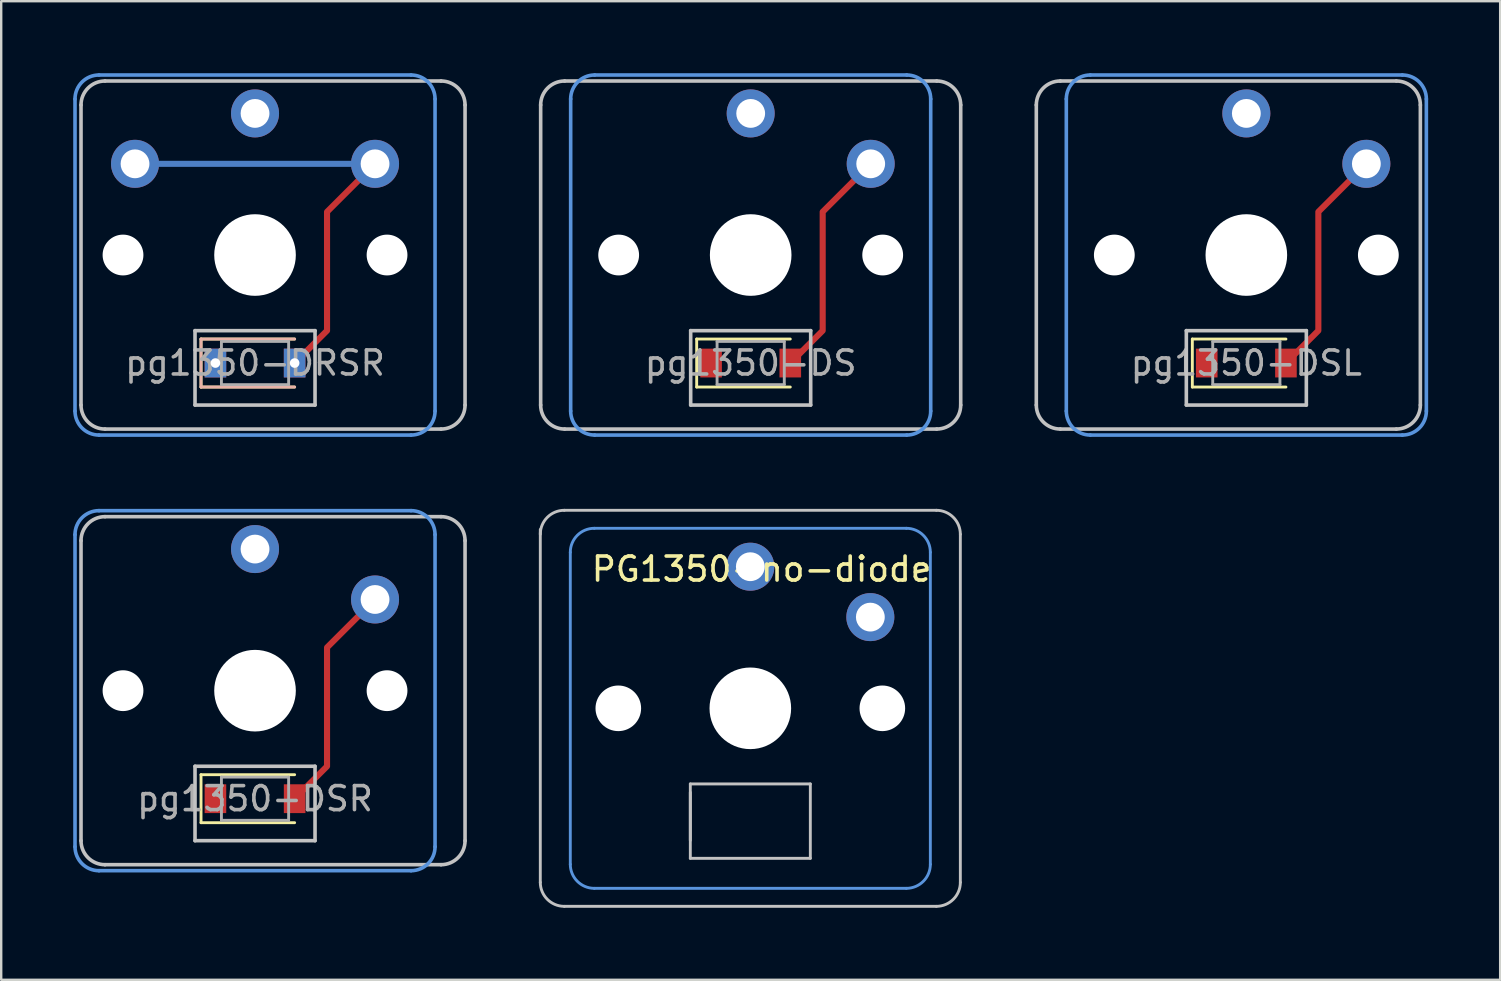
<source format=kicad_pcb>
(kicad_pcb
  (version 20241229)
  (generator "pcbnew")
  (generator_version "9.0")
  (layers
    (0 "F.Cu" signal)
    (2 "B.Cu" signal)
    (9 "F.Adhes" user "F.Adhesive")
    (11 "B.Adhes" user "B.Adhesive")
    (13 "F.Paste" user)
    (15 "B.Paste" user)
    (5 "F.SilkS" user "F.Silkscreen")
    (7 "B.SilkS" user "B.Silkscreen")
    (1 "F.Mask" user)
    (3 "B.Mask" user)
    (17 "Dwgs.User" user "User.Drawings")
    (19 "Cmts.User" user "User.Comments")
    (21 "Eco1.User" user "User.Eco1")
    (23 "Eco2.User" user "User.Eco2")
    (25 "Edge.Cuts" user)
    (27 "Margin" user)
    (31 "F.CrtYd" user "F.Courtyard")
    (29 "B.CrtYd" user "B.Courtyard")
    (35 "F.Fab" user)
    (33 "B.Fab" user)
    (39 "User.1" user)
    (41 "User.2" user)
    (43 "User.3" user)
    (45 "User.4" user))
  (footprint "PG1350-no-diode"
    (layer "F.Cu")
    (at 28.21 26.46)
    (property "Reference" "PG1350-no-diode" (at -6.7 -5.8 0) (layer "F.SilkS") (effects (font (size 1 1) (thickness 0.15)) (justify left)))
    (attr smd)
    (fp_line (start -8.75 7.25) (end -8.75 -7.45) (stroke (width 0.12) (type solid)) (layer "Dwgs.User"))
    (fp_line (start -7.75 -8.25) (end 7.75 -8.25) (stroke (width 0.12) (type solid)) (layer "Dwgs.User"))
    (fp_line (start -2.5 3.15) (end -2.5 6.25) (stroke (width 0.12) (type solid)) (layer "Dwgs.User"))
    (fp_line (start -2.5 5.5) (end -2.5 3.5) (stroke (width 0.12) (type solid)) (layer "Dwgs.User"))
    (fp_line (start -2.5 6.25) (end 2.5 6.25) (stroke (width 0.12) (type solid)) (layer "Dwgs.User"))
    (fp_line (start 2.5 3.15) (end -2.5 3.15) (stroke (width 0.12) (type solid)) (layer "Dwgs.User"))
    (fp_line (start 2.5 6.25) (end 2.5 3.15) (stroke (width 0.12) (type solid)) (layer "Dwgs.User"))
    (fp_line (start 7.75 8.25) (end -7.75 8.25) (stroke (width 0.12) (type solid)) (layer "Dwgs.User"))
    (fp_line (start 8.75 -7.25) (end 8.75 7.25) (stroke (width 0.12) (type solid)) (layer "Dwgs.User"))
    (fp_arc (start -8.75 -7.25) (mid -8.457107 -7.957107) (end -7.75 -8.25) (stroke (width 0.12) (type solid)) (layer "Dwgs.User"))
    (fp_arc (start -7.75 8.25) (mid -8.457107 7.957107) (end -8.75 7.25) (stroke (width 0.12) (type solid)) (layer "Dwgs.User"))
    (fp_arc (start 7.75 -8.25) (mid 8.457107 -7.957107) (end 8.75 -7.25) (stroke (width 0.12) (type solid)) (layer "Dwgs.User"))
    (fp_arc (start 8.75 7.25) (mid 8.457107 7.957107) (end 7.75 8.25) (stroke (width 0.12) (type solid)) (layer "Dwgs.User"))
    (fp_line (start -7.5 -6.5) (end -7.5 6.5) (stroke (width 0.12) (type solid)) (layer "Cmts.User"))
    (fp_line (start -6.5 7.5) (end 6.5 7.5) (stroke (width 0.12) (type solid)) (layer "Cmts.User"))
    (fp_line (start 6.5 -7.5) (end -6.5 -7.5) (stroke (width 0.12) (type solid)) (layer "Cmts.User"))
    (fp_line (start 7.5 6.5) (end 7.5 -6.5) (stroke (width 0.12) (type solid)) (layer "Cmts.User"))
    (fp_arc (start -7.5 -6.5) (mid -7.207107 -7.207107) (end -6.5 -7.5) (stroke (width 0.12) (type solid)) (layer "Cmts.User"))
    (fp_arc (start -6.5 7.5) (mid -7.207107 7.207107) (end -7.5 6.5) (stroke (width 0.12) (type solid)) (layer "Cmts.User"))
    (fp_arc (start 6.5 -7.5) (mid 7.207107 -7.207107) (end 7.5 -6.5) (stroke (width 0.12) (type solid)) (layer "Cmts.User"))
    (fp_arc (start 7.5 6.5) (mid 7.207107 7.207107) (end 6.5 7.5) (stroke (width 0.12) (type solid)) (layer "Cmts.User"))
    (pad "" np_thru_hole circle (at -5.5 0) (size 1.9 1.9) (drill 1.9) (layers "*.Cu" "*.Mask"))
    (pad "" np_thru_hole circle (at 0 0) (size 3.4 3.4) (drill 3.4) (layers "*.Cu" "*.Mask"))
    (pad "" np_thru_hole circle (at 5.5 0) (size 1.9 1.9) (drill 1.9) (layers "*.Cu" "*.Mask"))
    (pad "1" thru_hole circle (at 0 -5.9) (size 2 2) (drill 1.2) (layers "*.Cu" "B.Mask"))
    (pad "2" thru_hole circle (at 5 -3.8 221.9) (size 2 2) (drill 1.2) (layers "*.Cu" "B.Mask")))
  (footprint "pg1350-DS"
    (layer "F.Cu")
    (at 28.225 12.075)
    (property "Reference" "pg1350-DS" (at 0 0 0) (layer "F.Fab") (effects (font (size 1 1) (thickness 0.15))))
    (attr through_hole)
    (fp_line (start -2.25 -1) (end -2.25 1) (stroke (width 0.12) (type solid)) (layer "F.SilkS"))
    (fp_line (start -2.25 -1) (end 1.65 -1) (stroke (width 0.12) (type solid)) (layer "F.SilkS"))
    (fp_line (start -2.25 1) (end 1.65 1) (stroke (width 0.12) (type solid)) (layer "F.SilkS"))
    (fp_line (start -8.75 1.75) (end -8.75 -10.75) (stroke (width 0.15) (type solid)) (layer "Dwgs.User"))
    (fp_line (start -7.75 -11.75) (end 7.75 -11.75) (stroke (width 0.15) (type solid)) (layer "Dwgs.User"))
    (fp_line (start -2.5 -1.35) (end -2.5 1.75) (stroke (width 0.15) (type solid)) (layer "Dwgs.User"))
    (fp_line (start -2.5 1.75) (end 2.5 1.75) (stroke (width 0.15) (type solid)) (layer "Dwgs.User"))
    (fp_line (start 2.5 -1.35) (end -2.5 -1.35) (stroke (width 0.15) (type solid)) (layer "Dwgs.User"))
    (fp_line (start 2.5 1.75) (end 2.5 -1.35) (stroke (width 0.15) (type solid)) (layer "Dwgs.User"))
    (fp_line (start 7.75 2.75) (end -7.75 2.75) (stroke (width 0.15) (type solid)) (layer "Dwgs.User"))
    (fp_line (start 8.75 -10.75) (end 8.75 1.75) (stroke (width 0.15) (type solid)) (layer "Dwgs.User"))
    (fp_arc (start -8.75 -10.75) (mid -8.457107 -11.457107) (end -7.75 -11.75) (stroke (width 0.15) (type solid)) (layer "Dwgs.User"))
    (fp_arc (start -7.75 2.75) (mid -8.457107 2.457107) (end -8.75 1.75) (stroke (width 0.15) (type solid)) (layer "Dwgs.User"))
    (fp_arc (start 7.75 -11.75) (mid 8.457107 -11.457107) (end 8.75 -10.75) (stroke (width 0.15) (type solid)) (layer "Dwgs.User"))
    (fp_arc (start 8.75 1.75) (mid 8.457107 2.457107) (end 7.75 2.75) (stroke (width 0.15) (type solid)) (layer "Dwgs.User"))
    (fp_line (start -7.5 2) (end -7.5 -11) (stroke (width 0.15) (type solid)) (layer "Cmts.User"))
    (fp_line (start -6.5 -12) (end 6.5 -12) (stroke (width 0.15) (type solid)) (layer "Cmts.User"))
    (fp_line (start 6.5 3) (end -6.5 3) (stroke (width 0.15) (type solid)) (layer "Cmts.User"))
    (fp_line (start 7.5 -11) (end 7.5 2) (stroke (width 0.15) (type solid)) (layer "Cmts.User"))
    (fp_arc (start -7.5 -11) (mid -7.207107 -11.707107) (end -6.5 -12) (stroke (width 0.15) (type solid)) (layer "Cmts.User"))
    (fp_arc (start -6.5 3) (mid -7.207107 2.707107) (end -7.5 2) (stroke (width 0.15) (type solid)) (layer "Cmts.User"))
    (fp_arc (start 6.5 -12) (mid 7.207107 -11.707107) (end 7.5 -11) (stroke (width 0.15) (type solid)) (layer "Cmts.User"))
    (fp_arc (start 7.5 2) (mid 7.207107 2.707107) (end 6.5 3) (stroke (width 0.15) (type solid)) (layer "Cmts.User"))
    (fp_line (start -1.4 -0.9) (end -1.4 0.9) (stroke (width 0.12) (type solid)) (layer "F.Fab"))
    (fp_line (start -1.4 0.9) (end 1.4 0.9) (stroke (width 0.12) (type solid)) (layer "F.Fab"))
    (fp_line (start 1.4 -0.9) (end -1.4 -0.9) (stroke (width 0.12) (type solid)) (layer "F.Fab"))
    (fp_line (start 1.4 0.9) (end 1.4 -0.9) (stroke (width 0.12) (type solid)) (layer "F.Fab"))
    (pad "" np_thru_hole circle (at -5.5 -4.5) (size 1.7 1.7) (drill 1.7) (layers "*.Cu" "*.Mask"))
    (pad "" np_thru_hole circle (at 0 -4.5) (size 3.4 3.4) (drill 3.4) (layers "*.Cu" "*.Mask"))
    (pad "" np_thru_hole circle (at 5.5 -4.5) (size 1.7 1.7) (drill 1.7) (layers "*.Cu" "*.Mask"))
    (pad "1" thru_hole circle (at 0 -10.4) (size 2 2) (drill 1.2) (layers "*.Cu" "B.Mask"))
    (pad "2" smd rect (at -1.65 0) (size 0.9 1.2) (layers "F.Cu" "F.Mask" "F.Paste"))
    (pad "2" thru_hole circle (at 5 -8.3) (size 2 2) (drill 1.2) (layers "*.Cu" "B.Mask"))
    (pad "3" smd rect (at 1.65 0) (size 0.9 1.2) (layers "F.Cu" "F.Mask" "F.Paste"))
    (pad "3" smd custom (at 5 -8.3) (size 0.001 0.001) (layers "F.Cu") (options (anchor circle)) (primitives (gr_line (start 0 0) (end -2 2) (width 0.254)) (gr_line (start -2 2) (end -2 6.95) (width 0.254)) (gr_line (start -2 6.95) (end -3.35 8.3) (width 0.254)))))
  (footprint "pg1350-DRSR"
    (layer "F.Cu")
    (at 7.575 12.075)
    (property "Reference" "pg1350-DRSR" (at 0 0 0) (layer "F.Fab") (effects (font (size 1 1) (thickness 0.15))))
    (attr through_hole)
    (fp_line (start -2.25 -1) (end -2.25 1) (stroke (width 0.12) (type solid)) (layer "F.SilkS"))
    (fp_line (start -2.25 -1) (end 1.65 -1) (stroke (width 0.12) (type solid)) (layer "F.SilkS"))
    (fp_line (start -2.25 1) (end 1.65 1) (stroke (width 0.12) (type solid)) (layer "F.SilkS"))
    (fp_line (start -2.25 -1) (end -2.25 1) (stroke (width 0.12) (type solid)) (layer "B.SilkS"))
    (fp_line (start -2.25 -1) (end 1.65 -1) (stroke (width 0.12) (type solid)) (layer "B.SilkS"))
    (fp_line (start -2.25 1) (end 1.65 1) (stroke (width 0.12) (type solid)) (layer "B.SilkS"))
    (fp_line (start -7.25 1.75) (end -7.25 -10.75) (stroke (width 0.15) (type solid)) (layer "Dwgs.User"))
    (fp_line (start -6.25 -11.75) (end 7.75 -11.75) (stroke (width 0.15) (type solid)) (layer "Dwgs.User"))
    (fp_line (start -2.5 -1.35) (end -2.5 1.75) (stroke (width 0.15) (type solid)) (layer "Dwgs.User"))
    (fp_line (start -2.5 1.75) (end 2.5 1.75) (stroke (width 0.15) (type solid)) (layer "Dwgs.User"))
    (fp_line (start 2.5 -1.35) (end -2.5 -1.35) (stroke (width 0.15) (type solid)) (layer "Dwgs.User"))
    (fp_line (start 2.5 1.75) (end 2.5 -1.35) (stroke (width 0.15) (type solid)) (layer "Dwgs.User"))
    (fp_line (start 7.75 2.75) (end -6.25 2.75) (stroke (width 0.15) (type solid)) (layer "Dwgs.User"))
    (fp_line (start 8.75 -10.75) (end 8.75 1.75) (stroke (width 0.15) (type solid)) (layer "Dwgs.User"))
    (fp_arc (start -7.25 -10.75) (mid -6.957107 -11.457107) (end -6.25 -11.75) (stroke (width 0.15) (type solid)) (layer "Dwgs.User"))
    (fp_arc (start -6.25 2.75) (mid -6.957107 2.457107) (end -7.25 1.75) (stroke (width 0.15) (type solid)) (layer "Dwgs.User"))
    (fp_arc (start 7.75 -11.75) (mid 8.457107 -11.457107) (end 8.75 -10.75) (stroke (width 0.15) (type solid)) (layer "Dwgs.User"))
    (fp_arc (start 8.75 1.75) (mid 8.457107 2.457107) (end 7.75 2.75) (stroke (width 0.15) (type solid)) (layer "Dwgs.User"))
    (fp_line (start -7.5 2) (end -7.5 -11) (stroke (width 0.15) (type solid)) (layer "Cmts.User"))
    (fp_line (start -6.5 -12) (end 6.5 -12) (stroke (width 0.15) (type solid)) (layer "Cmts.User"))
    (fp_line (start 6.5 3) (end -6.5 3) (stroke (width 0.15) (type solid)) (layer "Cmts.User"))
    (fp_line (start 7.5 -11) (end 7.5 2) (stroke (width 0.15) (type solid)) (layer "Cmts.User"))
    (fp_arc (start -7.5 -11) (mid -7.207107 -11.707107) (end -6.5 -12) (stroke (width 0.15) (type solid)) (layer "Cmts.User"))
    (fp_arc (start -6.5 3) (mid -7.207107 2.707107) (end -7.5 2) (stroke (width 0.15) (type solid)) (layer "Cmts.User"))
    (fp_arc (start 6.5 -12) (mid 7.207107 -11.707107) (end 7.5 -11) (stroke (width 0.15) (type solid)) (layer "Cmts.User"))
    (fp_arc (start 7.5 2) (mid 7.207107 2.707107) (end 6.5 3) (stroke (width 0.15) (type solid)) (layer "Cmts.User"))
    (fp_line (start -1.4 -0.9) (end -1.4 0.9) (stroke (width 0.12) (type solid)) (layer "F.Fab"))
    (fp_line (start -1.4 0.9) (end 1.4 0.9) (stroke (width 0.12) (type solid)) (layer "F.Fab"))
    (fp_line (start 1.4 -0.9) (end -1.4 -0.9) (stroke (width 0.12) (type solid)) (layer "F.Fab"))
    (fp_line (start 1.4 0.9) (end 1.4 -0.9) (stroke (width 0.12) (type solid)) (layer "F.Fab"))
    (pad "" np_thru_hole circle (at -5.5 -4.5) (size 1.7 1.7) (drill 1.7) (layers "*.Cu" "*.Mask"))
    (pad "" np_thru_hole circle (at 0 -4.5) (size 3.4 3.4) (drill 3.4) (layers "*.Cu" "*.Mask"))
    (pad "" np_thru_hole circle (at 5.5 -4.5) (size 1.7 1.7) (drill 1.7) (layers "*.Cu" "*.Mask"))
    (pad "1" thru_hole circle (at 0 -10.4) (size 2 2) (drill 1.2) (layers "*.Cu" "*.Mask"))
    (pad "2" thru_hole circle (at -5 -8.3) (size 2 2) (drill 1.2) (layers "*.Cu" "F.Mask"))
    (pad "2" thru_hole rect (at -1.65 0) (size 0.9 1.2) (drill 0.4) (layers "*.Cu" "*.Mask"))
    (pad "2" thru_hole circle (at 5 -8.3) (size 2 2) (drill 1.2) (layers "*.Cu" "B.Mask"))
    (pad "3" smd custom (at -5 -8.3) (size 0.001 0.001) (layers "B.Cu") (options (anchor circle)) (primitives (gr_line (start 0 0) (end 10 0) (width 0.254))))
    (pad "3" thru_hole rect (at 1.65 0) (size 0.9 1.2) (drill 0.4) (layers "*.Cu" "*.Mask"))
    (pad "3" smd custom (at 5 -8.3) (size 0.001 0.001) (layers "F.Cu") (options (anchor circle)) (primitives (gr_line (start 0 0) (end -2 2) (width 0.254)) (gr_line (start -2 2) (end -2 6.95) (width 0.254)) (gr_line (start -2 6.95) (end -3.35 8.3) (width 0.254)))))
  (footprint "pg1350-DSL"
    (layer "F.Cu")
    (at 48.875 12.075)
    (property "Reference" "pg1350-DSL" (at 0 0 0) (layer "F.Fab") (effects (font (size 1 1) (thickness 0.15))))
    (attr through_hole)
    (fp_line (start -2.25 -1) (end -2.25 1) (stroke (width 0.12) (type solid)) (layer "F.SilkS"))
    (fp_line (start -2.25 -1) (end 1.65 -1) (stroke (width 0.12) (type solid)) (layer "F.SilkS"))
    (fp_line (start -2.25 1) (end 1.65 1) (stroke (width 0.12) (type solid)) (layer "F.SilkS"))
    (fp_line (start -8.75 1.75) (end -8.75 -10.75) (stroke (width 0.15) (type solid)) (layer "Dwgs.User"))
    (fp_line (start -7.75 -11.75) (end 6.25 -11.75) (stroke (width 0.15) (type solid)) (layer "Dwgs.User"))
    (fp_line (start -2.5 -1.35) (end -2.5 1.75) (stroke (width 0.15) (type solid)) (layer "Dwgs.User"))
    (fp_line (start -2.5 1.75) (end 2.5 1.75) (stroke (width 0.15) (type solid)) (layer "Dwgs.User"))
    (fp_line (start 2.5 -1.35) (end -2.5 -1.35) (stroke (width 0.15) (type solid)) (layer "Dwgs.User"))
    (fp_line (start 2.5 1.75) (end 2.5 -1.35) (stroke (width 0.15) (type solid)) (layer "Dwgs.User"))
    (fp_line (start 6.25 2.75) (end -7.75 2.75) (stroke (width 0.15) (type solid)) (layer "Dwgs.User"))
    (fp_line (start 7.25 -10.75) (end 7.25 1.75) (stroke (width 0.15) (type solid)) (layer "Dwgs.User"))
    (fp_arc (start -8.75 -10.75) (mid -8.457107 -11.457107) (end -7.75 -11.75) (stroke (width 0.15) (type solid)) (layer "Dwgs.User"))
    (fp_arc (start -7.75 2.75) (mid -8.457107 2.457107) (end -8.75 1.75) (stroke (width 0.15) (type solid)) (layer "Dwgs.User"))
    (fp_arc (start 6.25 -11.75) (mid 6.957107 -11.457107) (end 7.25 -10.75) (stroke (width 0.15) (type solid)) (layer "Dwgs.User"))
    (fp_arc (start 7.25 1.75) (mid 6.957107 2.457107) (end 6.25 2.75) (stroke (width 0.15) (type solid)) (layer "Dwgs.User"))
    (fp_line (start -7.5 2) (end -7.5 -11) (stroke (width 0.15) (type solid)) (layer "Cmts.User"))
    (fp_line (start -6.5 -12) (end 6.5 -12) (stroke (width 0.15) (type solid)) (layer "Cmts.User"))
    (fp_line (start 6.5 3) (end -6.5 3) (stroke (width 0.15) (type solid)) (layer "Cmts.User"))
    (fp_line (start 7.5 -11) (end 7.5 2) (stroke (width 0.15) (type solid)) (layer "Cmts.User"))
    (fp_arc (start -7.5 -11) (mid -7.207107 -11.707107) (end -6.5 -12) (stroke (width 0.15) (type solid)) (layer "Cmts.User"))
    (fp_arc (start -6.5 3) (mid -7.207107 2.707107) (end -7.5 2) (stroke (width 0.15) (type solid)) (layer "Cmts.User"))
    (fp_arc (start 6.5 -12) (mid 7.207107 -11.707107) (end 7.5 -11) (stroke (width 0.15) (type solid)) (layer "Cmts.User"))
    (fp_arc (start 7.5 2) (mid 7.207107 2.707107) (end 6.5 3) (stroke (width 0.15) (type solid)) (layer "Cmts.User"))
    (fp_line (start -1.4 -0.9) (end -1.4 0.9) (stroke (width 0.12) (type solid)) (layer "F.Fab"))
    (fp_line (start -1.4 0.9) (end 1.4 0.9) (stroke (width 0.12) (type solid)) (layer "F.Fab"))
    (fp_line (start 1.4 -0.9) (end -1.4 -0.9) (stroke (width 0.12) (type solid)) (layer "F.Fab"))
    (fp_line (start 1.4 0.9) (end 1.4 -0.9) (stroke (width 0.12) (type solid)) (layer "F.Fab"))
    (pad "" np_thru_hole circle (at -5.5 -4.5) (size 1.7 1.7) (drill 1.7) (layers "*.Cu" "*.Mask"))
    (pad "" np_thru_hole circle (at 0 -4.5) (size 3.4 3.4) (drill 3.4) (layers "*.Cu" "*.Mask"))
    (pad "" np_thru_hole circle (at 5.5 -4.5) (size 1.7 1.7) (drill 1.7) (layers "*.Cu" "*.Mask"))
    (pad "1" thru_hole circle (at 0 -10.4) (size 2 2) (drill 1.2) (layers "*.Cu" "B.Mask"))
    (pad "2" smd rect (at -1.65 0) (size 0.9 1.2) (layers "F.Cu" "F.Mask" "F.Paste"))
    (pad "2" thru_hole circle (at 5 -8.3) (size 2 2) (drill 1.2) (layers "*.Cu" "B.Mask"))
    (pad "3" smd rect (at 1.65 0) (size 0.9 1.2) (layers "F.Cu" "F.Mask" "F.Paste"))
    (pad "3" smd custom (at 5 -8.3) (size 0.001 0.001) (layers "F.Cu") (options (anchor circle)) (primitives (gr_line (start 0 0) (end -2 2) (width 0.254)) (gr_line (start -2 2) (end -2 6.95) (width 0.254)) (gr_line (start -2 6.95) (end -3.35 8.3) (width 0.254)))))
  (footprint "pg1350-DSR"
    (layer "F.Cu")
    (at 7.575 30.225)
    (property "Reference" "pg1350-DSR" (at 0 0 0) (layer "F.Fab") (effects (font (size 1 1) (thickness 0.15))))
    (attr through_hole)
    (fp_line (start -2.25 -1) (end -2.25 1) (stroke (width 0.12) (type solid)) (layer "F.SilkS"))
    (fp_line (start -2.25 -1) (end 1.65 -1) (stroke (width 0.12) (type solid)) (layer "F.SilkS"))
    (fp_line (start -2.25 1) (end 1.65 1) (stroke (width 0.12) (type solid)) (layer "F.SilkS"))
    (fp_line (start -7.25 1.75) (end -7.25 -10.75) (stroke (width 0.15) (type solid)) (layer "Dwgs.User"))
    (fp_line (start -6.25 -11.75) (end 7.75 -11.75) (stroke (width 0.15) (type solid)) (layer "Dwgs.User"))
    (fp_line (start -2.5 -1.35) (end -2.5 1.75) (stroke (width 0.15) (type solid)) (layer "Dwgs.User"))
    (fp_line (start -2.5 1.75) (end 2.5 1.75) (stroke (width 0.15) (type solid)) (layer "Dwgs.User"))
    (fp_line (start 2.5 -1.35) (end -2.5 -1.35) (stroke (width 0.15) (type solid)) (layer "Dwgs.User"))
    (fp_line (start 2.5 1.75) (end 2.5 -1.35) (stroke (width 0.15) (type solid)) (layer "Dwgs.User"))
    (fp_line (start 7.75 2.75) (end -6.25 2.75) (stroke (width 0.15) (type solid)) (layer "Dwgs.User"))
    (fp_line (start 8.75 -10.75) (end 8.75 1.75) (stroke (width 0.15) (type solid)) (layer "Dwgs.User"))
    (fp_arc (start -7.25 -10.75) (mid -6.957107 -11.457107) (end -6.25 -11.75) (stroke (width 0.15) (type solid)) (layer "Dwgs.User"))
    (fp_arc (start -6.25 2.75) (mid -6.957107 2.457107) (end -7.25 1.75) (stroke (width 0.15) (type solid)) (layer "Dwgs.User"))
    (fp_arc (start 7.75 -11.75) (mid 8.457107 -11.457107) (end 8.75 -10.75) (stroke (width 0.15) (type solid)) (layer "Dwgs.User"))
    (fp_arc (start 8.75 1.75) (mid 8.457107 2.457107) (end 7.75 2.75) (stroke (width 0.15) (type solid)) (layer "Dwgs.User"))
    (fp_line (start -7.5 2) (end -7.5 -11) (stroke (width 0.15) (type solid)) (layer "Cmts.User"))
    (fp_line (start -6.5 -12) (end 6.5 -12) (stroke (width 0.15) (type solid)) (layer "Cmts.User"))
    (fp_line (start 6.5 3) (end -6.5 3) (stroke (width 0.15) (type solid)) (layer "Cmts.User"))
    (fp_line (start 7.5 -11) (end 7.5 2) (stroke (width 0.15) (type solid)) (layer "Cmts.User"))
    (fp_arc (start -7.5 -11) (mid -7.207107 -11.707107) (end -6.5 -12) (stroke (width 0.15) (type solid)) (layer "Cmts.User"))
    (fp_arc (start -6.5 3) (mid -7.207107 2.707107) (end -7.5 2) (stroke (width 0.15) (type solid)) (layer "Cmts.User"))
    (fp_arc (start 6.5 -12) (mid 7.207107 -11.707107) (end 7.5 -11) (stroke (width 0.15) (type solid)) (layer "Cmts.User"))
    (fp_arc (start 7.5 2) (mid 7.207107 2.707107) (end 6.5 3) (stroke (width 0.15) (type solid)) (layer "Cmts.User"))
    (fp_line (start -1.4 -0.9) (end -1.4 0.9) (stroke (width 0.12) (type solid)) (layer "F.Fab"))
    (fp_line (start -1.4 0.9) (end 1.4 0.9) (stroke (width 0.12) (type solid)) (layer "F.Fab"))
    (fp_line (start 1.4 -0.9) (end -1.4 -0.9) (stroke (width 0.12) (type solid)) (layer "F.Fab"))
    (fp_line (start 1.4 0.9) (end 1.4 -0.9) (stroke (width 0.12) (type solid)) (layer "F.Fab"))
    (pad "" np_thru_hole circle (at -5.5 -4.5) (size 1.7 1.7) (drill 1.7) (layers "*.Cu" "*.Mask"))
    (pad "" np_thru_hole circle (at 0 -4.5) (size 3.4 3.4) (drill 3.4) (layers "*.Cu" "*.Mask"))
    (pad "" np_thru_hole circle (at 5.5 -4.5) (size 1.7 1.7) (drill 1.7) (layers "*.Cu" "*.Mask"))
    (pad "1" thru_hole circle (at 0 -10.4) (size 2 2) (drill 1.2) (layers "*.Cu" "B.Mask"))
    (pad "2" smd rect (at -1.65 0) (size 0.9 1.2) (layers "F.Cu" "F.Mask" "F.Paste"))
    (pad "2" thru_hole circle (at 5 -8.3) (size 2 2) (drill 1.2) (layers "*.Cu" "B.Mask"))
    (pad "3" smd rect (at 1.65 0) (size 0.9 1.2) (layers "F.Cu" "F.Mask" "F.Paste"))
    (pad "3" smd custom (at 5 -8.3) (size 0.001 0.001) (layers "F.Cu") (options (anchor circle)) (primitives (gr_line (start 0 0) (end -2 2) (width 0.254)) (gr_line (start -2 2) (end -2 6.95) (width 0.254)) (gr_line (start -2 6.95) (end -3.35 8.3) (width 0.254)))))
  (gr_rect
    (start -3 -3)
    (end 59.45 37.77)
    (stroke (width 0.1) (type default))
    (fill no)
    (layer "Edge.Cuts")))
</source>
